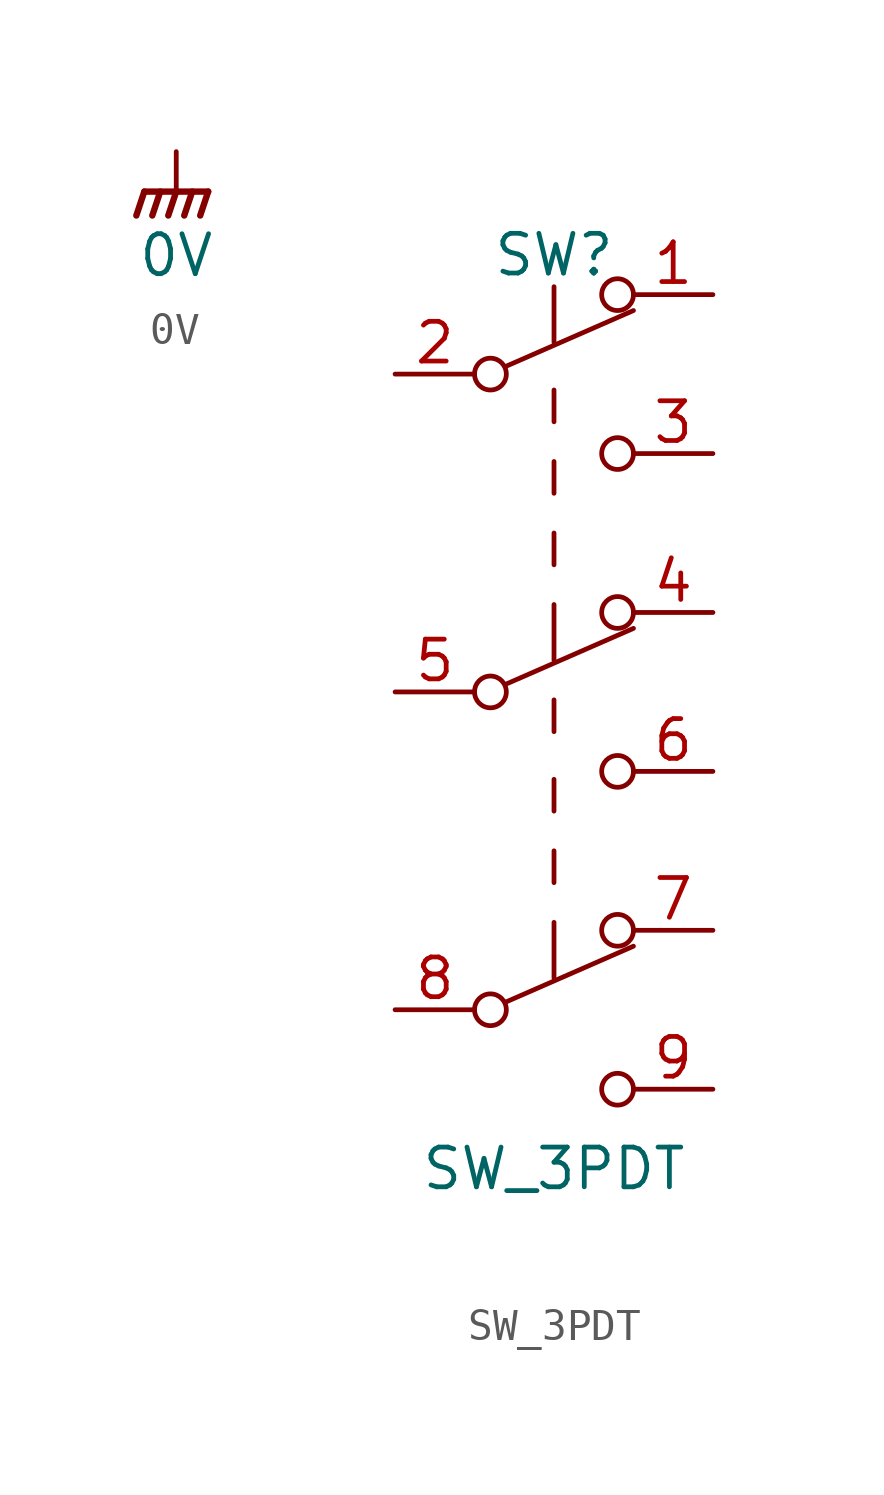
<source format=kicad_sym>
(kicad_symbol_lib
  (version 20211014)
  (generator kicad_symbol_editor)
  (symbol "0V"
    (power)
    (pin_names
      (offset 0))
    (property "Reference" "#PWR"
      (at 0 -5.08 0)
      (effects (font (size 1.27 1.27)) hide))
    (property "Value" "0V"
      (at 0 -3.302 0)
      (effects (font (size 1.27 1.27))))
    (symbol "0V_0_1"
      (polyline (pts (xy 0 -1.27) (xy 0 0)) (stroke (width 0) (type default) (color 0 0 0 0)) (fill (type none)))
      (polyline (pts (xy -1.016 -1.27) (xy -1.27 -2.032) (xy -1.27 -2.032)) (stroke (width 0.203) (type default) (color 0 0 0 0)) (fill (type none)))
      (polyline (pts (xy -0.508 -1.27) (xy -0.762 -2.032) (xy -0.762 -2.032)) (stroke (width 0.203) (type default) (color 0 0 0 0)) (fill (type none)))
      (polyline (pts (xy 0 -1.27) (xy -0.254 -2.032) (xy -0.254 -2.032)) (stroke (width 0.203) (type default) (color 0 0 0 0)) (fill (type none)))
      (polyline (pts (xy 0.508 -1.27) (xy 0.254 -2.032) (xy 0.254 -2.032)) (stroke (width 0.203) (type default) (color 0 0 0 0)) (fill (type none)))
      (polyline (pts (xy 1.016 -1.27) (xy -1.016 -1.27) (xy -1.016 -1.27)) (stroke (width 0.203) (type default) (color 0 0 0 0)) (fill (type none)))
      (polyline (pts (xy 1.016 -1.27) (xy 0.762 -2.032) (xy 0.762 -2.032) (xy 0.762 -2.032)) (stroke (width 0.203) (type default) (color 0 0 0 0)) (fill (type none))))
    (symbol "0V_1_1"
      (pin power_in line (at 0 0 270) (length 0) hide (name "GNDPWR" (effects (font (size 1.27 1.27)))) (number "1" (effects (font (size 1.27 1.27)))))))
  (symbol "SW_3PDT"
    (pin_names
      (offset 0) hide)
    (property "Reference" "SW"
      (at 0 8.89 0)
      (effects (font (size 1.27 1.27))))
    (property "Value" "SW_3PDT"
      (at 0 -20.32 0)
      (effects (font (size 1.27 1.27))))
    (symbol "SW_3PDT_0_0"
      (circle (center -2.032 -5.08) (radius 0.508) (stroke (width 0) (type default) (color 0 0 0 0)) (fill (type none)))
      (circle (center -2.032 5.08) (radius 0.508) (stroke (width 0) (type default) (color 0 0 0 0)) (fill (type none)))
      (circle (center 2.032 -7.62) (radius 0.508) (stroke (width 0) (type default) (color 0 0 0 0)) (fill (type none)))
      (circle (center 2.032 2.54) (radius 0.508) (stroke (width 0) (type default) (color 0 0 0 0)) (fill (type none))))
    (symbol "SW_3PDT_0_1"
      (polyline (pts (xy -1.524 -4.826) (xy 2.54 -3.048)) (stroke (width 0) (type default) (color 0 0 0 0)) (fill (type none)))
      (polyline (pts (xy -1.524 5.334) (xy 2.54 7.112)) (stroke (width 0) (type default) (color 0 0 0 0)) (fill (type none)))
      (polyline (pts (xy 0 -2.286) (xy 0 -4.064)) (stroke (width 0) (type default) (color 0 0 0 0)) (fill (type none)))
      (polyline (pts (xy 0 -1.016) (xy 0 0)) (stroke (width 0) (type default) (color 0 0 0 0)) (fill (type none)))
      (polyline (pts (xy 0 1.27) (xy 0 2.286)) (stroke (width 0) (type default) (color 0 0 0 0)) (fill (type none)))
      (polyline (pts (xy 0 3.556) (xy 0 4.572)) (stroke (width 0) (type default) (color 0 0 0 0)) (fill (type none)))
      (polyline (pts (xy 0 7.874) (xy 0 6.096)) (stroke (width 0) (type default) (color 0 0 0 0)) (fill (type none)))
      (circle (center 2.032 -2.54) (radius 0.508) (stroke (width 0) (type default) (color 0 0 0 0)) (fill (type none)))
      (circle (center 2.032 7.62) (radius 0.508) (stroke (width 0) (type default) (color 0 0 0 0)) (fill (type none))))
    (symbol "SW_3PDT_1_1"
      (circle (center -2.032 -15.24) (radius 0.508) (stroke (width 0) (type default) (color 0 0 0 0)) (fill (type none)))
      (polyline (pts (xy -1.524 -14.986) (xy 2.54 -13.208)) (stroke (width 0) (type default) (color 0 0 0 0)) (fill (type none)))
      (polyline (pts (xy 0 -12.446) (xy 0 -14.224)) (stroke (width 0) (type default) (color 0 0 0 0)) (fill (type none)))
      (polyline (pts (xy 0 -11.176) (xy 0 -10.16)) (stroke (width 0) (type default) (color 0 0 0 0)) (fill (type none)))
      (polyline (pts (xy 0 -8.89) (xy 0 -7.874)) (stroke (width 0) (type default) (color 0 0 0 0)) (fill (type none)))
      (polyline (pts (xy 0 -6.35) (xy 0 -5.334)) (stroke (width 0) (type default) (color 0 0 0 0)) (fill (type none)))
      (circle (center 2.032 -17.78) (radius 0.508) (stroke (width 0) (type default) (color 0 0 0 0)) (fill (type none)))
      (circle (center 2.032 -12.7) (radius 0.508) (stroke (width 0) (type default) (color 0 0 0 0)) (fill (type none)))
      (pin passive line (at 5.08 7.62 180) (length 2.54) (name "A" (effects (font (size 1.27 1.27)))) (number "1" (effects (font (size 1.27 1.27)))))
      (pin passive line (at -5.08 5.08 0) (length 2.54) (name "B" (effects (font (size 1.27 1.27)))) (number "2" (effects (font (size 1.27 1.27)))))
      (pin passive line (at 5.08 2.54 180) (length 2.54) (name "C" (effects (font (size 1.27 1.27)))) (number "3" (effects (font (size 1.27 1.27)))))
      (pin passive line (at 5.08 -2.54 180) (length 2.54) (name "A" (effects (font (size 1.27 1.27)))) (number "4" (effects (font (size 1.27 1.27)))))
      (pin passive line (at -5.08 -5.08 0) (length 2.54) (name "B" (effects (font (size 1.27 1.27)))) (number "5" (effects (font (size 1.27 1.27)))))
      (pin passive line (at 5.08 -7.62 180) (length 2.54) (name "C" (effects (font (size 1.27 1.27)))) (number "6" (effects (font (size 1.27 1.27)))))
      (pin passive line (at 5.08 -12.7 180) (length 2.54) (name "A" (effects (font (size 1.27 1.27)))) (number "7" (effects (font (size 1.27 1.27)))))
      (pin passive line (at -5.08 -15.24 0) (length 2.54) (name "B" (effects (font (size 1.27 1.27)))) (number "8" (effects (font (size 1.27 1.27)))))
      (pin passive line (at 5.08 -17.78 180) (length 2.54) (name "C" (effects (font (size 1.27 1.27)))) (number "9" (effects (font (size 1.27 1.27))))))))
</source>
